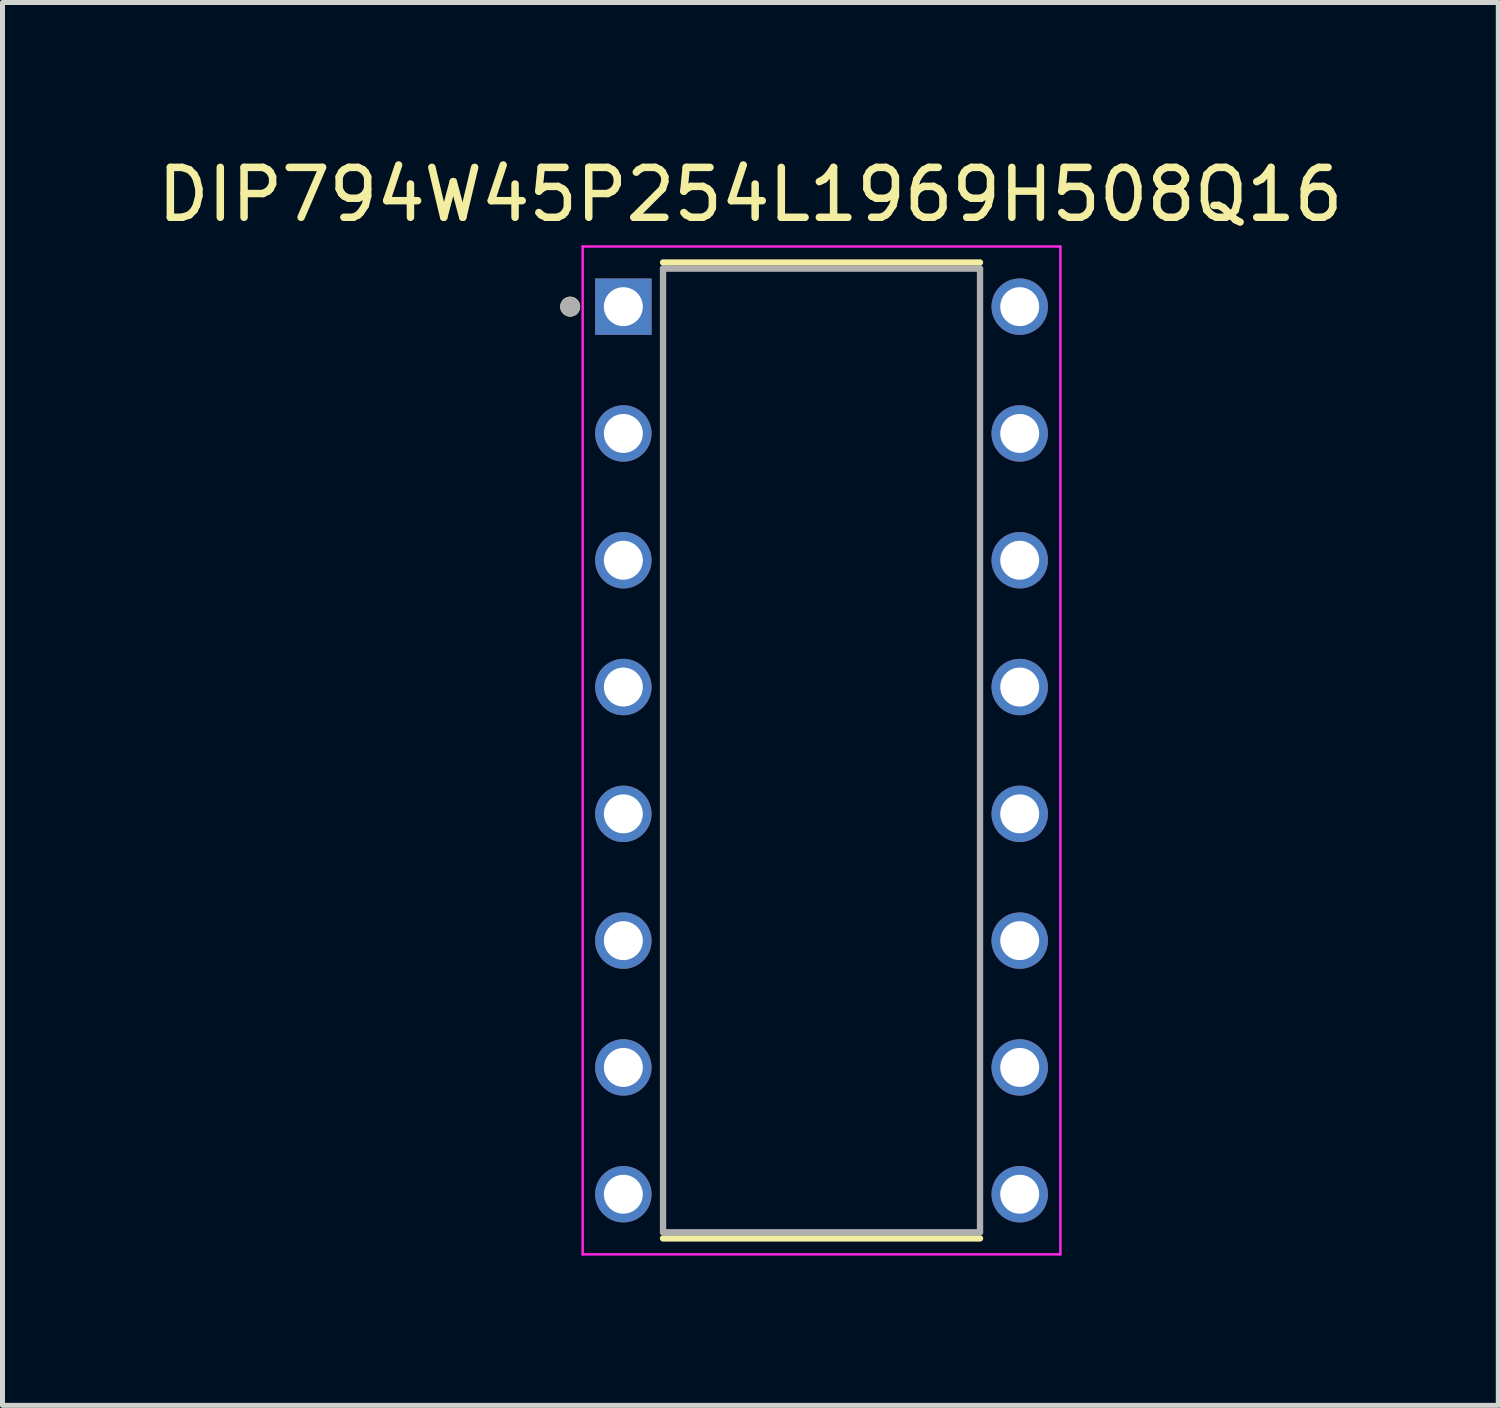
<source format=kicad_pcb>
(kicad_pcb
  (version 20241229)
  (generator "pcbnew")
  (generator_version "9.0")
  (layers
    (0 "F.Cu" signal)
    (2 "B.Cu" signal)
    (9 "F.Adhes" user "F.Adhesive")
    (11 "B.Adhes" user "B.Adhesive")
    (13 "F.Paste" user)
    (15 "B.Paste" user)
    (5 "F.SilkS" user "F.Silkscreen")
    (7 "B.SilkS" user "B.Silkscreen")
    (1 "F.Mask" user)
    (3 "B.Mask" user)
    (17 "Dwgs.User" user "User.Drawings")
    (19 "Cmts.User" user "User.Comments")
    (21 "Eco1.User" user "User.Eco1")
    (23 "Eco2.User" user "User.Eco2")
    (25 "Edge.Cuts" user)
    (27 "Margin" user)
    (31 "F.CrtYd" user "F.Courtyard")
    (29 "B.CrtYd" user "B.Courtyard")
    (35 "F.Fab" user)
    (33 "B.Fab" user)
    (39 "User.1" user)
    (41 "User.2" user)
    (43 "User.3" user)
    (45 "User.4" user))
  (footprint "DIP794W45P254L1969H508Q16"
    (layer "F.Cu")
    (at 13.407 11.983)
    (property "Reference" "DIP794W45P254L1969H508Q16" (at -1.425 -11.135 0) (layer "F.SilkS") (effects (font (size 1 1) (thickness 0.15))))
    (attr through_hole)
    (fp_line (start -3.175 -9.775) (end 3.175 -9.775) (stroke (width 0.127) (type solid)) (layer "F.SilkS"))
    (fp_line (start -3.175 9.775) (end 3.175 9.775) (stroke (width 0.127) (type solid)) (layer "F.SilkS"))
    (fp_circle (center -5.035 -8.89) (end -4.935 -8.89) (stroke (width 0.2) (type solid)) (fill no) (layer "F.SilkS"))
    (fp_line (start -4.785 -10.095) (end -4.785 10.095) (stroke (width 0.05) (type solid)) (layer "F.CrtYd"))
    (fp_line (start 4.785 -10.095) (end -4.785 -10.095) (stroke (width 0.05) (type solid)) (layer "F.CrtYd"))
    (fp_line (start 4.785 -10.095) (end 4.785 10.095) (stroke (width 0.05) (type solid)) (layer "F.CrtYd"))
    (fp_line (start 4.785 10.095) (end -4.785 10.095) (stroke (width 0.05) (type solid)) (layer "F.CrtYd"))
    (fp_line (start -3.175 -9.652) (end -3.175 9.652) (stroke (width 0.127) (type solid)) (layer "F.Fab"))
    (fp_line (start -3.175 -9.652) (end 3.175 -9.652) (stroke (width 0.127) (type solid)) (layer "F.Fab"))
    (fp_line (start -3.175 9.652) (end 3.175 9.652) (stroke (width 0.127) (type solid)) (layer "F.Fab"))
    (fp_line (start 3.175 -9.652) (end 3.175 9.652) (stroke (width 0.127) (type solid)) (layer "F.Fab"))
    (fp_circle (center -5.035 -8.89) (end -4.935 -8.89) (stroke (width 0.2) (type solid)) (fill no) (layer "F.Fab"))
    (pad "1" thru_hole rect (at -3.97 -8.89) (size 1.13 1.13) (drill 0.78) (layers "*.Cu" "*.Mask"))
    (pad "2" thru_hole circle (at -3.97 -6.35) (size 1.13 1.13) (drill 0.78) (layers "*.Cu" "*.Mask"))
    (pad "3" thru_hole circle (at -3.97 -3.81) (size 1.13 1.13) (drill 0.78) (layers "*.Cu" "*.Mask"))
    (pad "4" thru_hole circle (at -3.97 -1.27) (size 1.13 1.13) (drill 0.78) (layers "*.Cu" "*.Mask"))
    (pad "5" thru_hole circle (at -3.97 1.27) (size 1.13 1.13) (drill 0.78) (layers "*.Cu" "*.Mask"))
    (pad "6" thru_hole circle (at -3.97 3.81) (size 1.13 1.13) (drill 0.78) (layers "*.Cu" "*.Mask"))
    (pad "7" thru_hole circle (at -3.97 6.35) (size 1.13 1.13) (drill 0.78) (layers "*.Cu" "*.Mask"))
    (pad "8" thru_hole circle (at -3.97 8.89) (size 1.13 1.13) (drill 0.78) (layers "*.Cu" "*.Mask"))
    (pad "9" thru_hole circle (at 3.97 8.89) (size 1.13 1.13) (drill 0.78) (layers "*.Cu" "*.Mask"))
    (pad "10" thru_hole circle (at 3.97 6.35) (size 1.13 1.13) (drill 0.78) (layers "*.Cu" "*.Mask"))
    (pad "11" thru_hole circle (at 3.97 3.81) (size 1.13 1.13) (drill 0.78) (layers "*.Cu" "*.Mask"))
    (pad "12" thru_hole circle (at 3.97 1.27) (size 1.13 1.13) (drill 0.78) (layers "*.Cu" "*.Mask"))
    (pad "13" thru_hole circle (at 3.97 -1.27) (size 1.13 1.13) (drill 0.78) (layers "*.Cu" "*.Mask"))
    (pad "14" thru_hole circle (at 3.97 -3.81) (size 1.13 1.13) (drill 0.78) (layers "*.Cu" "*.Mask"))
    (pad "15" thru_hole circle (at 3.97 -6.35) (size 1.13 1.13) (drill 0.78) (layers "*.Cu" "*.Mask"))
    (pad "16" thru_hole circle (at 3.97 -8.89) (size 1.13 1.13) (drill 0.78) (layers "*.Cu" "*.Mask")))
  (gr_rect
    (start -3 -3)
    (end 26.964 25.103)
    (stroke (width 0.1) (type default))
    (fill no)
    (layer "Edge.Cuts")))
</source>
